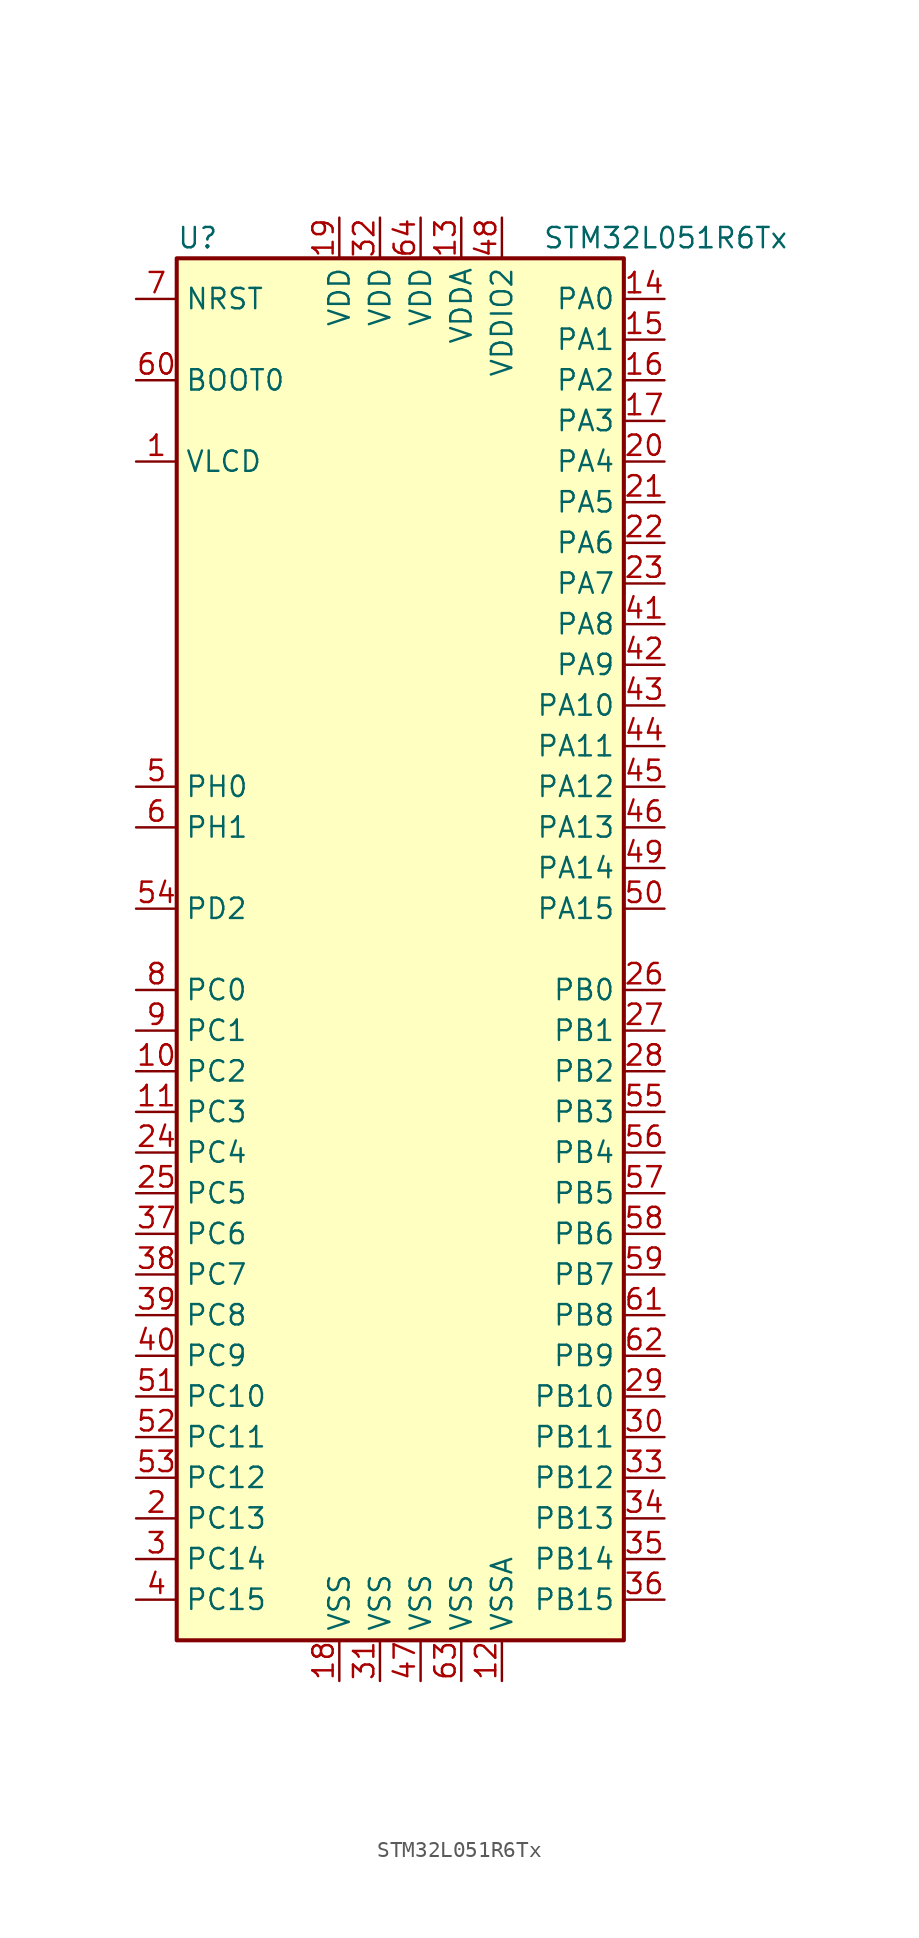
<source format=kicad_sym>
(kicad_symbol_lib
  (version 20201005)
  (generator kicad_symbol_editor)
  (symbol "STM32L051R6Tx"
    (property "Reference" "U"
      (at -15.24 44.45 0)
      (effects (font (size 1.27 1.27)) (justify left)))
    (property "Value" "STM32L051R6Tx"
      (at 7.62 44.45 0)
      (effects (font (size 1.27 1.27)) (justify left)))
    (symbol "STM32L051R6Tx_0_1"
      (rectangle (start -15.24 -43.18) (end 12.7 43.18) (stroke (width 0.254)) (fill (type background))))
    (symbol "STM32L051R6Tx_1_1"
      (pin input line (at -17.78 35.56 0) (length 2.54) (name "BOOT0" (effects (font (size 1.27 1.27)))) (number "60" (effects (font (size 1.27 1.27)))))
      (pin input line (at -17.78 40.64 0) (length 2.54) (name "NRST" (effects (font (size 1.27 1.27)))) (number "7" (effects (font (size 1.27 1.27)))))
      (pin bidirectional line (at 15.24 40.64 180) (length 2.54) (name "PA0" (effects (font (size 1.27 1.27)))) (number "14" (effects (font (size 1.27 1.27)))))
      (pin bidirectional line (at 15.24 38.1 180) (length 2.54) (name "PA1" (effects (font (size 1.27 1.27)))) (number "15" (effects (font (size 1.27 1.27)))))
      (pin bidirectional line (at 15.24 15.24 180) (length 2.54) (name "PA10" (effects (font (size 1.27 1.27)))) (number "43" (effects (font (size 1.27 1.27)))))
      (pin bidirectional line (at 15.24 12.7 180) (length 2.54) (name "PA11" (effects (font (size 1.27 1.27)))) (number "44" (effects (font (size 1.27 1.27)))))
      (pin bidirectional line (at 15.24 10.16 180) (length 2.54) (name "PA12" (effects (font (size 1.27 1.27)))) (number "45" (effects (font (size 1.27 1.27)))))
      (pin bidirectional line (at 15.24 7.62 180) (length 2.54) (name "PA13" (effects (font (size 1.27 1.27)))) (number "46" (effects (font (size 1.27 1.27)))))
      (pin bidirectional line (at 15.24 5.08 180) (length 2.54) (name "PA14" (effects (font (size 1.27 1.27)))) (number "49" (effects (font (size 1.27 1.27)))))
      (pin bidirectional line (at 15.24 2.54 180) (length 2.54) (name "PA15" (effects (font (size 1.27 1.27)))) (number "50" (effects (font (size 1.27 1.27)))))
      (pin bidirectional line (at 15.24 35.56 180) (length 2.54) (name "PA2" (effects (font (size 1.27 1.27)))) (number "16" (effects (font (size 1.27 1.27)))))
      (pin bidirectional line (at 15.24 33.02 180) (length 2.54) (name "PA3" (effects (font (size 1.27 1.27)))) (number "17" (effects (font (size 1.27 1.27)))))
      (pin bidirectional line (at 15.24 30.48 180) (length 2.54) (name "PA4" (effects (font (size 1.27 1.27)))) (number "20" (effects (font (size 1.27 1.27)))))
      (pin bidirectional line (at 15.24 27.94 180) (length 2.54) (name "PA5" (effects (font (size 1.27 1.27)))) (number "21" (effects (font (size 1.27 1.27)))))
      (pin bidirectional line (at 15.24 25.4 180) (length 2.54) (name "PA6" (effects (font (size 1.27 1.27)))) (number "22" (effects (font (size 1.27 1.27)))))
      (pin bidirectional line (at 15.24 22.86 180) (length 2.54) (name "PA7" (effects (font (size 1.27 1.27)))) (number "23" (effects (font (size 1.27 1.27)))))
      (pin bidirectional line (at 15.24 20.32 180) (length 2.54) (name "PA8" (effects (font (size 1.27 1.27)))) (number "41" (effects (font (size 1.27 1.27)))))
      (pin bidirectional line (at 15.24 17.78 180) (length 2.54) (name "PA9" (effects (font (size 1.27 1.27)))) (number "42" (effects (font (size 1.27 1.27)))))
      (pin bidirectional line (at 15.24 -2.54 180) (length 2.54) (name "PB0" (effects (font (size 1.27 1.27)))) (number "26" (effects (font (size 1.27 1.27)))))
      (pin bidirectional line (at 15.24 -5.08 180) (length 2.54) (name "PB1" (effects (font (size 1.27 1.27)))) (number "27" (effects (font (size 1.27 1.27)))))
      (pin bidirectional line (at 15.24 -27.94 180) (length 2.54) (name "PB10" (effects (font (size 1.27 1.27)))) (number "29" (effects (font (size 1.27 1.27)))))
      (pin bidirectional line (at 15.24 -30.48 180) (length 2.54) (name "PB11" (effects (font (size 1.27 1.27)))) (number "30" (effects (font (size 1.27 1.27)))))
      (pin bidirectional line (at 15.24 -33.02 180) (length 2.54) (name "PB12" (effects (font (size 1.27 1.27)))) (number "33" (effects (font (size 1.27 1.27)))))
      (pin bidirectional line (at 15.24 -35.56 180) (length 2.54) (name "PB13" (effects (font (size 1.27 1.27)))) (number "34" (effects (font (size 1.27 1.27)))))
      (pin bidirectional line (at 15.24 -38.1 180) (length 2.54) (name "PB14" (effects (font (size 1.27 1.27)))) (number "35" (effects (font (size 1.27 1.27)))))
      (pin bidirectional line (at 15.24 -40.64 180) (length 2.54) (name "PB15" (effects (font (size 1.27 1.27)))) (number "36" (effects (font (size 1.27 1.27)))))
      (pin bidirectional line (at 15.24 -7.62 180) (length 2.54) (name "PB2" (effects (font (size 1.27 1.27)))) (number "28" (effects (font (size 1.27 1.27)))))
      (pin bidirectional line (at 15.24 -10.16 180) (length 2.54) (name "PB3" (effects (font (size 1.27 1.27)))) (number "55" (effects (font (size 1.27 1.27)))))
      (pin bidirectional line (at 15.24 -12.7 180) (length 2.54) (name "PB4" (effects (font (size 1.27 1.27)))) (number "56" (effects (font (size 1.27 1.27)))))
      (pin bidirectional line (at 15.24 -15.24 180) (length 2.54) (name "PB5" (effects (font (size 1.27 1.27)))) (number "57" (effects (font (size 1.27 1.27)))))
      (pin bidirectional line (at 15.24 -17.78 180) (length 2.54) (name "PB6" (effects (font (size 1.27 1.27)))) (number "58" (effects (font (size 1.27 1.27)))))
      (pin bidirectional line (at 15.24 -20.32 180) (length 2.54) (name "PB7" (effects (font (size 1.27 1.27)))) (number "59" (effects (font (size 1.27 1.27)))))
      (pin bidirectional line (at 15.24 -22.86 180) (length 2.54) (name "PB8" (effects (font (size 1.27 1.27)))) (number "61" (effects (font (size 1.27 1.27)))))
      (pin bidirectional line (at 15.24 -25.4 180) (length 2.54) (name "PB9" (effects (font (size 1.27 1.27)))) (number "62" (effects (font (size 1.27 1.27)))))
      (pin bidirectional line (at -17.78 -2.54 0) (length 2.54) (name "PC0" (effects (font (size 1.27 1.27)))) (number "8" (effects (font (size 1.27 1.27)))))
      (pin bidirectional line (at -17.78 -5.08 0) (length 2.54) (name "PC1" (effects (font (size 1.27 1.27)))) (number "9" (effects (font (size 1.27 1.27)))))
      (pin bidirectional line (at -17.78 -27.94 0) (length 2.54) (name "PC10" (effects (font (size 1.27 1.27)))) (number "51" (effects (font (size 1.27 1.27)))))
      (pin bidirectional line (at -17.78 -30.48 0) (length 2.54) (name "PC11" (effects (font (size 1.27 1.27)))) (number "52" (effects (font (size 1.27 1.27)))))
      (pin bidirectional line (at -17.78 -33.02 0) (length 2.54) (name "PC12" (effects (font (size 1.27 1.27)))) (number "53" (effects (font (size 1.27 1.27)))))
      (pin bidirectional line (at -17.78 -35.56 0) (length 2.54) (name "PC13" (effects (font (size 1.27 1.27)))) (number "2" (effects (font (size 1.27 1.27)))))
      (pin bidirectional line (at -17.78 -38.1 0) (length 2.54) (name "PC14" (effects (font (size 1.27 1.27)))) (number "3" (effects (font (size 1.27 1.27)))))
      (pin bidirectional line (at -17.78 -40.64 0) (length 2.54) (name "PC15" (effects (font (size 1.27 1.27)))) (number "4" (effects (font (size 1.27 1.27)))))
      (pin bidirectional line (at -17.78 -7.62 0) (length 2.54) (name "PC2" (effects (font (size 1.27 1.27)))) (number "10" (effects (font (size 1.27 1.27)))))
      (pin bidirectional line (at -17.78 -10.16 0) (length 2.54) (name "PC3" (effects (font (size 1.27 1.27)))) (number "11" (effects (font (size 1.27 1.27)))))
      (pin bidirectional line (at -17.78 -12.7 0) (length 2.54) (name "PC4" (effects (font (size 1.27 1.27)))) (number "24" (effects (font (size 1.27 1.27)))))
      (pin bidirectional line (at -17.78 -15.24 0) (length 2.54) (name "PC5" (effects (font (size 1.27 1.27)))) (number "25" (effects (font (size 1.27 1.27)))))
      (pin bidirectional line (at -17.78 -17.78 0) (length 2.54) (name "PC6" (effects (font (size 1.27 1.27)))) (number "37" (effects (font (size 1.27 1.27)))))
      (pin bidirectional line (at -17.78 -20.32 0) (length 2.54) (name "PC7" (effects (font (size 1.27 1.27)))) (number "38" (effects (font (size 1.27 1.27)))))
      (pin bidirectional line (at -17.78 -22.86 0) (length 2.54) (name "PC8" (effects (font (size 1.27 1.27)))) (number "39" (effects (font (size 1.27 1.27)))))
      (pin bidirectional line (at -17.78 -25.4 0) (length 2.54) (name "PC9" (effects (font (size 1.27 1.27)))) (number "40" (effects (font (size 1.27 1.27)))))
      (pin bidirectional line (at -17.78 2.54 0) (length 2.54) (name "PD2" (effects (font (size 1.27 1.27)))) (number "54" (effects (font (size 1.27 1.27)))))
      (pin input line (at -17.78 10.16 0) (length 2.54) (name "PH0" (effects (font (size 1.27 1.27)))) (number "5" (effects (font (size 1.27 1.27)))))
      (pin input line (at -17.78 7.62 0) (length 2.54) (name "PH1" (effects (font (size 1.27 1.27)))) (number "6" (effects (font (size 1.27 1.27)))))
      (pin power_in line (at -5.08 45.72 270) (length 2.54) (name "VDD" (effects (font (size 1.27 1.27)))) (number "19" (effects (font (size 1.27 1.27)))))
      (pin power_in line (at -2.54 45.72 270) (length 2.54) (name "VDD" (effects (font (size 1.27 1.27)))) (number "32" (effects (font (size 1.27 1.27)))))
      (pin power_in line (at 0 45.72 270) (length 2.54) (name "VDD" (effects (font (size 1.27 1.27)))) (number "64" (effects (font (size 1.27 1.27)))))
      (pin power_in line (at 2.54 45.72 270) (length 2.54) (name "VDDA" (effects (font (size 1.27 1.27)))) (number "13" (effects (font (size 1.27 1.27)))))
      (pin power_in line (at 5.08 45.72 270) (length 2.54) (name "VDDIO2" (effects (font (size 1.27 1.27)))) (number "48" (effects (font (size 1.27 1.27)))))
      (pin power_in line (at -17.78 30.48 0) (length 2.54) (name "VLCD" (effects (font (size 1.27 1.27)))) (number "1" (effects (font (size 1.27 1.27)))))
      (pin power_in line (at -5.08 -45.72 90) (length 2.54) (name "VSS" (effects (font (size 1.27 1.27)))) (number "18" (effects (font (size 1.27 1.27)))))
      (pin power_in line (at -2.54 -45.72 90) (length 2.54) (name "VSS" (effects (font (size 1.27 1.27)))) (number "31" (effects (font (size 1.27 1.27)))))
      (pin power_in line (at 0 -45.72 90) (length 2.54) (name "VSS" (effects (font (size 1.27 1.27)))) (number "47" (effects (font (size 1.27 1.27)))))
      (pin power_in line (at 2.54 -45.72 90) (length 2.54) (name "VSS" (effects (font (size 1.27 1.27)))) (number "63" (effects (font (size 1.27 1.27)))))
      (pin power_in line (at 5.08 -45.72 90) (length 2.54) (name "VSSA" (effects (font (size 1.27 1.27)))) (number "12" (effects (font (size 1.27 1.27))))))))
</source>
